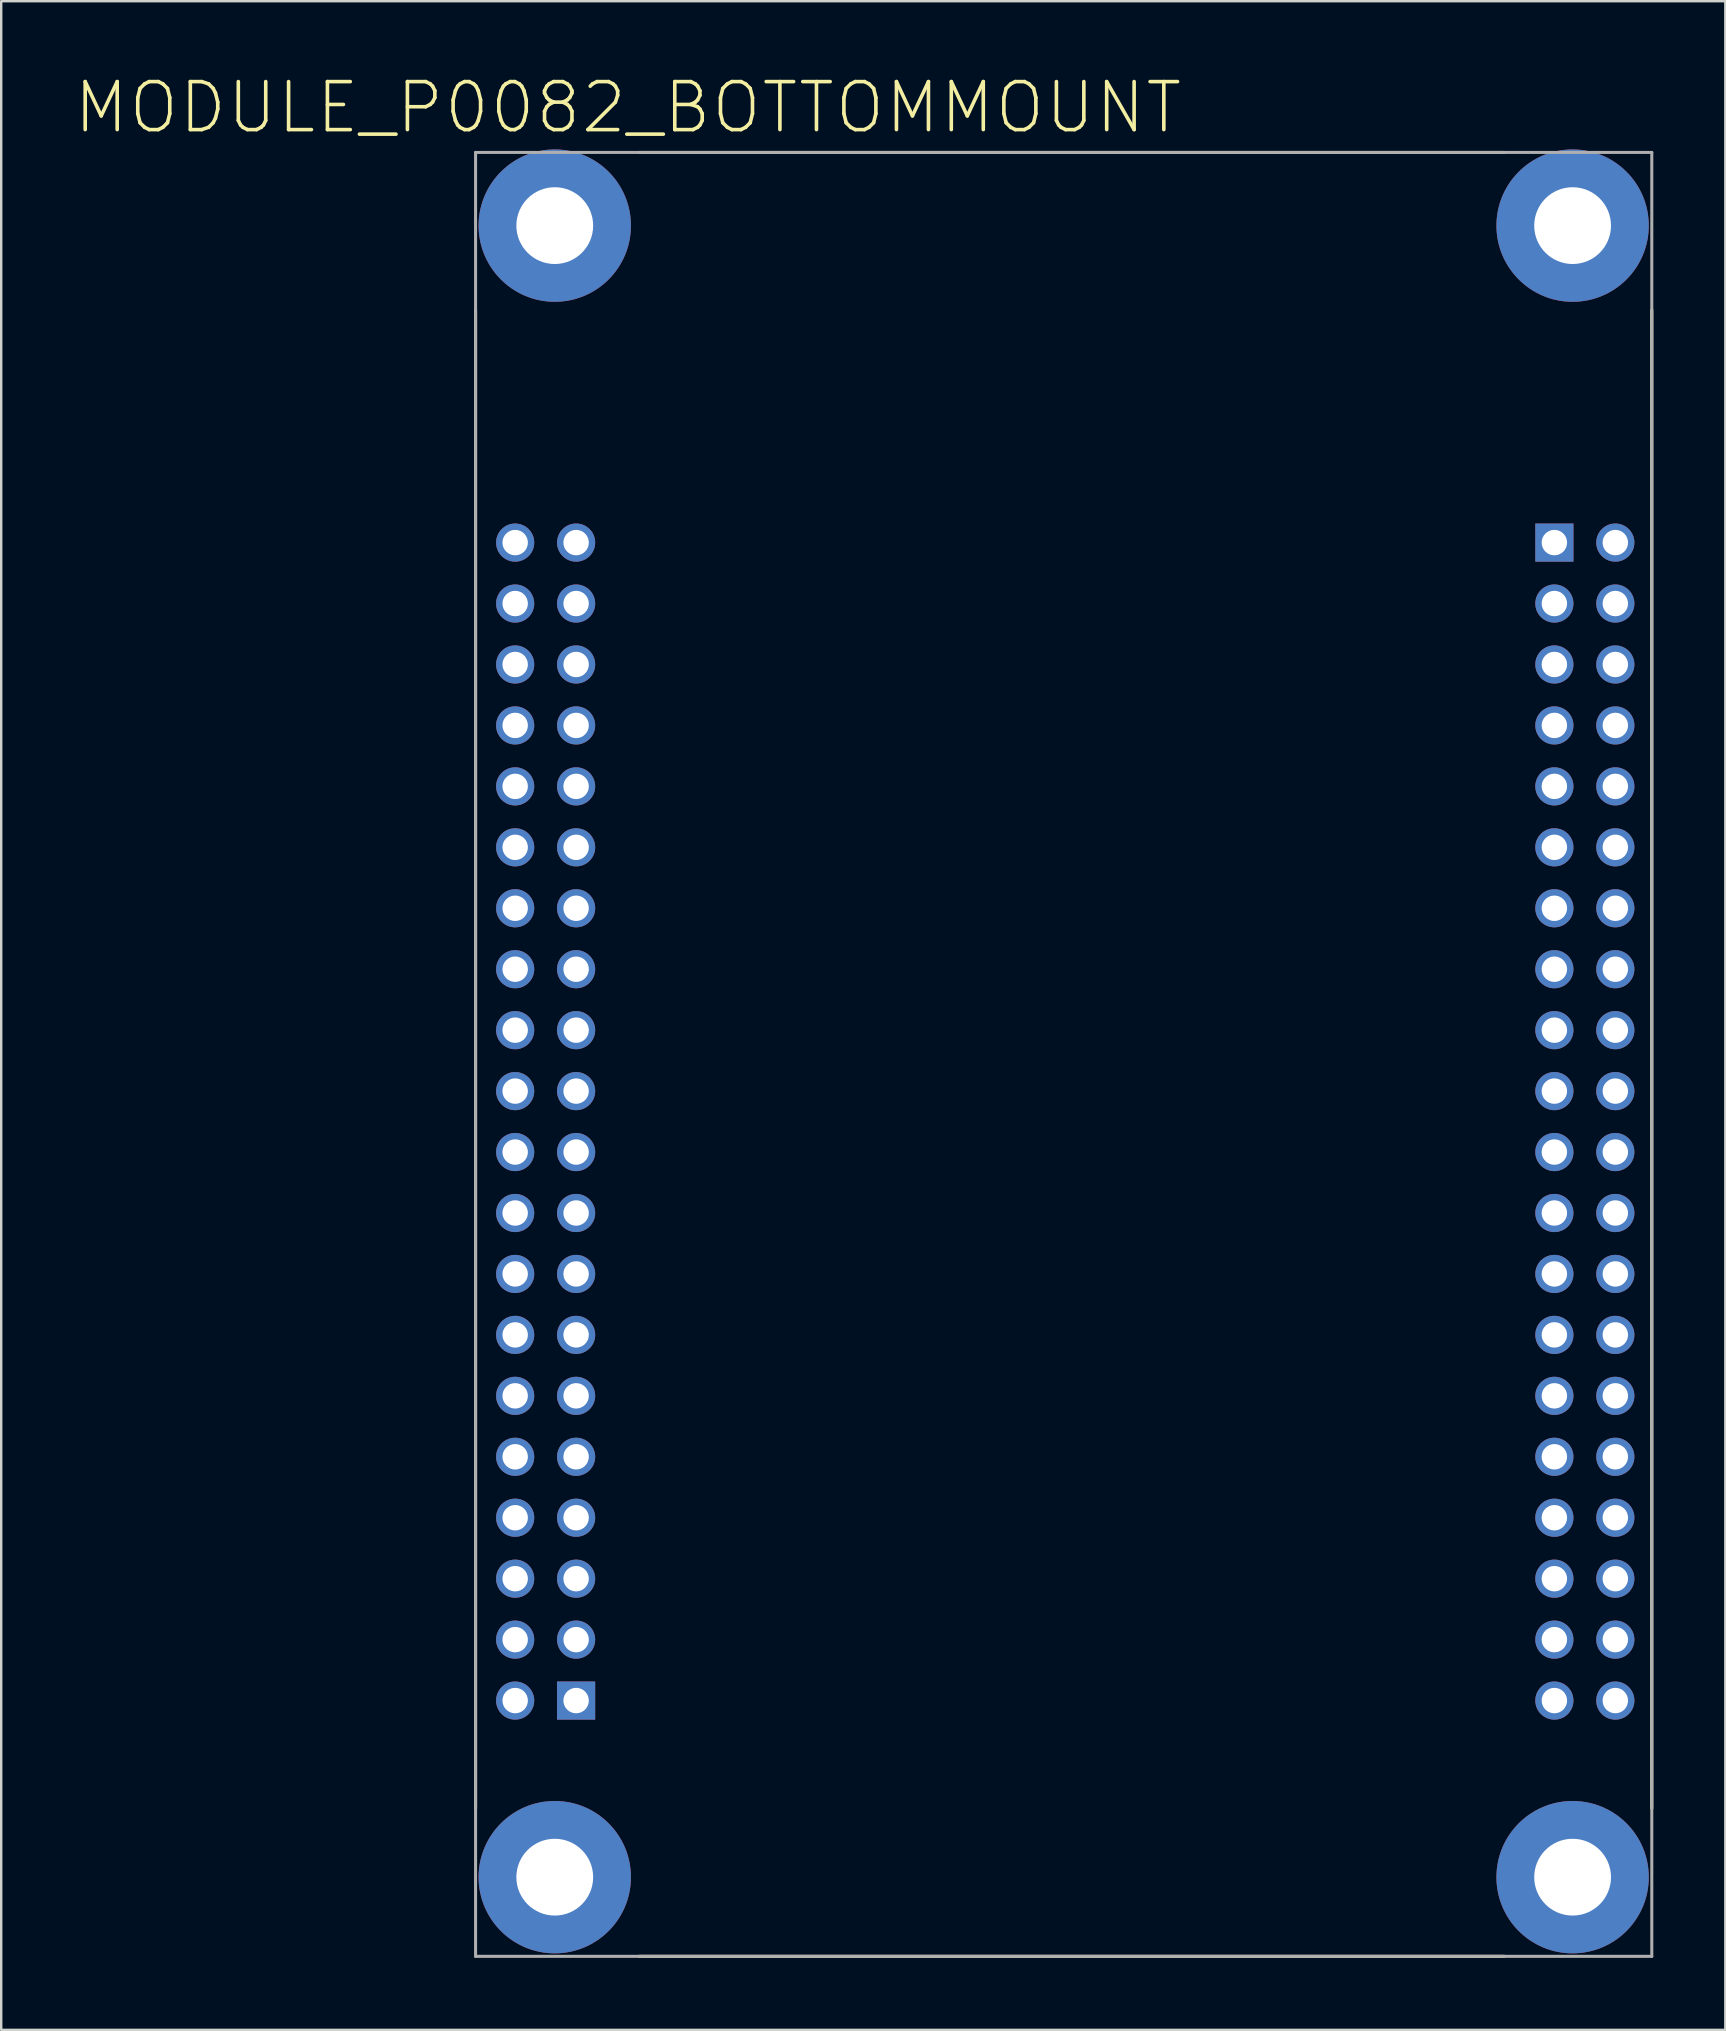
<source format=kicad_pcb>
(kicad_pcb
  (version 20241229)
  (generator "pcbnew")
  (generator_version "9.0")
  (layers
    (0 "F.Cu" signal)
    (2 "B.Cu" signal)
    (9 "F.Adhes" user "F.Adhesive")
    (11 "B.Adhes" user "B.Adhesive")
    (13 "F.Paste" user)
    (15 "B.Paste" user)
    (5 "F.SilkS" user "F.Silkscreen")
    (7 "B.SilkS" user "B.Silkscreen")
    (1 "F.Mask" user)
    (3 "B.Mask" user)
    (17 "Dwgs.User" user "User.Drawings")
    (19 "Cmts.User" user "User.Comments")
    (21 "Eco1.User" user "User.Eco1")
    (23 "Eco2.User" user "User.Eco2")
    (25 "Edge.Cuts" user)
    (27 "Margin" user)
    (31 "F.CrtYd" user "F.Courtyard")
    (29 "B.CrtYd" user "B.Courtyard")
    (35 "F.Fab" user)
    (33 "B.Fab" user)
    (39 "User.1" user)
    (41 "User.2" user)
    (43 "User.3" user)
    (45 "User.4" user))
  (footprint "MODULE_P0082_BOTTOMMOUNT"
    (layer "F.Cu")
    (at 41.28 40.893)
    (property "Reference" "MODULE_P0082_BOTTOMMOUNT" (at -18.16 -39.46 0) (layer "F.SilkS") (effects (font (size 2 2) (thickness 0.15))))
    (attr through_hole)
    (fp_line (start -24.51 -31.02) (end -24.51 31.43) (stroke (width 0.127) (type solid)) (layer "F.SilkS"))
    (fp_line (start -17.69 -37.59) (end 18.36 -37.59) (stroke (width 0.127) (type solid)) (layer "F.SilkS"))
    (fp_line (start -17.69 37.59) (end 18.36 37.59) (stroke (width 0.127) (type solid)) (layer "F.SilkS"))
    (fp_line (start 24.51 -31.02) (end 24.51 31.43) (stroke (width 0.127) (type solid)) (layer "F.SilkS"))
    (fp_line (start -24.51 -37.59) (end 24.51 -37.59) (stroke (width 0.127) (type solid)) (layer "F.Fab"))
    (fp_line (start -24.51 37.59) (end -24.51 -37.59) (stroke (width 0.127) (type solid)) (layer "F.Fab"))
    (fp_line (start 24.51 -37.59) (end 24.51 37.59) (stroke (width 0.127) (type solid)) (layer "F.Fab"))
    (fp_line (start 24.51 37.59) (end -24.51 37.59) (stroke (width 0.127) (type solid)) (layer "F.Fab"))
    (pad "JP1_1" thru_hole rect (at 20.45 -21.33) (size 1.59 1.59) (drill 1.06) (layers "*.Cu" "*.Mask"))
    (pad "JP1_2" thru_hole circle (at 22.99 -21.33) (size 1.59 1.59) (drill 1.06) (layers "*.Cu" "*.Mask"))
    (pad "JP1_3" thru_hole circle (at 20.45 -18.79) (size 1.59 1.59) (drill 1.06) (layers "*.Cu" "*.Mask"))
    (pad "JP1_4" thru_hole circle (at 22.99 -18.79) (size 1.59 1.59) (drill 1.06) (layers "*.Cu" "*.Mask"))
    (pad "JP1_5" thru_hole circle (at 20.45 -16.25) (size 1.59 1.59) (drill 1.06) (layers "*.Cu" "*.Mask"))
    (pad "JP1_6" thru_hole circle (at 22.99 -16.25) (size 1.59 1.59) (drill 1.06) (layers "*.Cu" "*.Mask"))
    (pad "JP1_7" thru_hole circle (at 20.45 -13.71) (size 1.59 1.59) (drill 1.06) (layers "*.Cu" "*.Mask"))
    (pad "JP1_8" thru_hole circle (at 22.99 -13.71) (size 1.59 1.59) (drill 1.06) (layers "*.Cu" "*.Mask"))
    (pad "JP1_9" thru_hole circle (at 20.45 -11.17) (size 1.59 1.59) (drill 1.06) (layers "*.Cu" "*.Mask"))
    (pad "JP1_10" thru_hole circle (at 22.99 -11.17) (size 1.59 1.59) (drill 1.06) (layers "*.Cu" "*.Mask"))
    (pad "JP1_11" thru_hole circle (at 20.45 -8.63) (size 1.59 1.59) (drill 1.06) (layers "*.Cu" "*.Mask"))
    (pad "JP1_12" thru_hole circle (at 22.99 -8.63) (size 1.59 1.59) (drill 1.06) (layers "*.Cu" "*.Mask"))
    (pad "JP1_13" thru_hole circle (at 20.45 -6.09) (size 1.59 1.59) (drill 1.06) (layers "*.Cu" "*.Mask"))
    (pad "JP1_14" thru_hole circle (at 22.99 -6.09) (size 1.59 1.59) (drill 1.06) (layers "*.Cu" "*.Mask"))
    (pad "JP1_15" thru_hole circle (at 20.45 -3.55) (size 1.59 1.59) (drill 1.06) (layers "*.Cu" "*.Mask"))
    (pad "JP1_16" thru_hole circle (at 22.99 -3.55) (size 1.59 1.59) (drill 1.06) (layers "*.Cu" "*.Mask"))
    (pad "JP1_17" thru_hole circle (at 20.45 -1.01) (size 1.59 1.59) (drill 1.06) (layers "*.Cu" "*.Mask"))
    (pad "JP1_18" thru_hole circle (at 22.99 -1.01) (size 1.59 1.59) (drill 1.06) (layers "*.Cu" "*.Mask"))
    (pad "JP1_19" thru_hole circle (at 20.45 1.53) (size 1.59 1.59) (drill 1.06) (layers "*.Cu" "*.Mask"))
    (pad "JP1_20" thru_hole circle (at 22.99 1.53) (size 1.59 1.59) (drill 1.06) (layers "*.Cu" "*.Mask"))
    (pad "JP1_21" thru_hole circle (at 20.45 4.07) (size 1.59 1.59) (drill 1.06) (layers "*.Cu" "*.Mask"))
    (pad "JP1_22" thru_hole circle (at 22.99 4.07) (size 1.59 1.59) (drill 1.06) (layers "*.Cu" "*.Mask"))
    (pad "JP1_23" thru_hole circle (at 20.45 6.61) (size 1.59 1.59) (drill 1.06) (layers "*.Cu" "*.Mask"))
    (pad "JP1_24" thru_hole circle (at 22.99 6.61) (size 1.59 1.59) (drill 1.06) (layers "*.Cu" "*.Mask"))
    (pad "JP1_25" thru_hole circle (at 20.45 9.15) (size 1.59 1.59) (drill 1.06) (layers "*.Cu" "*.Mask"))
    (pad "JP1_26" thru_hole circle (at 22.99 9.15) (size 1.59 1.59) (drill 1.06) (layers "*.Cu" "*.Mask"))
    (pad "JP1_27" thru_hole circle (at 20.45 11.69) (size 1.59 1.59) (drill 1.06) (layers "*.Cu" "*.Mask"))
    (pad "JP1_28" thru_hole circle (at 22.99 11.69) (size 1.59 1.59) (drill 1.06) (layers "*.Cu" "*.Mask"))
    (pad "JP1_29" thru_hole circle (at 20.45 14.23) (size 1.59 1.59) (drill 1.06) (layers "*.Cu" "*.Mask"))
    (pad "JP1_30" thru_hole circle (at 22.99 14.23) (size 1.59 1.59) (drill 1.06) (layers "*.Cu" "*.Mask"))
    (pad "JP1_31" thru_hole circle (at 20.45 16.77) (size 1.59 1.59) (drill 1.06) (layers "*.Cu" "*.Mask"))
    (pad "JP1_32" thru_hole circle (at 22.99 16.77) (size 1.59 1.59) (drill 1.06) (layers "*.Cu" "*.Mask"))
    (pad "JP1_33" thru_hole circle (at 20.45 19.31) (size 1.59 1.59) (drill 1.06) (layers "*.Cu" "*.Mask"))
    (pad "JP1_34" thru_hole circle (at 22.99 19.31) (size 1.59 1.59) (drill 1.06) (layers "*.Cu" "*.Mask"))
    (pad "JP1_35" thru_hole circle (at 20.45 21.85) (size 1.59 1.59) (drill 1.06) (layers "*.Cu" "*.Mask"))
    (pad "JP1_36" thru_hole circle (at 22.99 21.85) (size 1.59 1.59) (drill 1.06) (layers "*.Cu" "*.Mask"))
    (pad "JP1_37" thru_hole circle (at 20.45 24.39) (size 1.59 1.59) (drill 1.06) (layers "*.Cu" "*.Mask"))
    (pad "JP1_38" thru_hole circle (at 22.99 24.39) (size 1.59 1.59) (drill 1.06) (layers "*.Cu" "*.Mask"))
    (pad "JP1_39" thru_hole circle (at 20.45 26.93) (size 1.59 1.59) (drill 1.06) (layers "*.Cu" "*.Mask"))
    (pad "JP1_40" thru_hole circle (at 22.99 26.93) (size 1.59 1.59) (drill 1.06) (layers "*.Cu" "*.Mask"))
    (pad "JP2_1" thru_hole rect (at -20.32 26.93) (size 1.59 1.59) (drill 1.06) (layers "*.Cu" "*.Mask"))
    (pad "JP2_2" thru_hole circle (at -22.86 26.93) (size 1.59 1.59) (drill 1.06) (layers "*.Cu" "*.Mask"))
    (pad "JP2_3" thru_hole circle (at -20.32 24.39) (size 1.59 1.59) (drill 1.06) (layers "*.Cu" "*.Mask"))
    (pad "JP2_4" thru_hole circle (at -22.86 24.39) (size 1.59 1.59) (drill 1.06) (layers "*.Cu" "*.Mask"))
    (pad "JP2_5" thru_hole circle (at -20.32 21.85) (size 1.59 1.59) (drill 1.06) (layers "*.Cu" "*.Mask"))
    (pad "JP2_6" thru_hole circle (at -22.86 21.85) (size 1.59 1.59) (drill 1.06) (layers "*.Cu" "*.Mask"))
    (pad "JP2_7" thru_hole circle (at -20.32 19.31) (size 1.59 1.59) (drill 1.06) (layers "*.Cu" "*.Mask"))
    (pad "JP2_8" thru_hole circle (at -22.86 19.31) (size 1.59 1.59) (drill 1.06) (layers "*.Cu" "*.Mask"))
    (pad "JP2_9" thru_hole circle (at -20.32 16.77) (size 1.59 1.59) (drill 1.06) (layers "*.Cu" "*.Mask"))
    (pad "JP2_10" thru_hole circle (at -22.86 16.77) (size 1.59 1.59) (drill 1.06) (layers "*.Cu" "*.Mask"))
    (pad "JP2_11" thru_hole circle (at -20.32 14.23) (size 1.59 1.59) (drill 1.06) (layers "*.Cu" "*.Mask"))
    (pad "JP2_12" thru_hole circle (at -22.86 14.23) (size 1.59 1.59) (drill 1.06) (layers "*.Cu" "*.Mask"))
    (pad "JP2_13" thru_hole circle (at -20.32 11.69) (size 1.59 1.59) (drill 1.06) (layers "*.Cu" "*.Mask"))
    (pad "JP2_14" thru_hole circle (at -22.86 11.69) (size 1.59 1.59) (drill 1.06) (layers "*.Cu" "*.Mask"))
    (pad "JP2_15" thru_hole circle (at -20.32 9.15) (size 1.59 1.59) (drill 1.06) (layers "*.Cu" "*.Mask"))
    (pad "JP2_16" thru_hole circle (at -22.86 9.15) (size 1.59 1.59) (drill 1.06) (layers "*.Cu" "*.Mask"))
    (pad "JP2_17" thru_hole circle (at -20.32 6.61) (size 1.59 1.59) (drill 1.06) (layers "*.Cu" "*.Mask"))
    (pad "JP2_18" thru_hole circle (at -22.86 6.61) (size 1.59 1.59) (drill 1.06) (layers "*.Cu" "*.Mask"))
    (pad "JP2_19" thru_hole circle (at -20.32 4.07) (size 1.59 1.59) (drill 1.06) (layers "*.Cu" "*.Mask"))
    (pad "JP2_20" thru_hole circle (at -22.86 4.07) (size 1.59 1.59) (drill 1.06) (layers "*.Cu" "*.Mask"))
    (pad "JP2_21" thru_hole circle (at -20.32 1.53) (size 1.59 1.59) (drill 1.06) (layers "*.Cu" "*.Mask"))
    (pad "JP2_22" thru_hole circle (at -22.86 1.53) (size 1.59 1.59) (drill 1.06) (layers "*.Cu" "*.Mask"))
    (pad "JP2_23" thru_hole circle (at -20.32 -1.01) (size 1.59 1.59) (drill 1.06) (layers "*.Cu" "*.Mask"))
    (pad "JP2_24" thru_hole circle (at -22.86 -1.01) (size 1.59 1.59) (drill 1.06) (layers "*.Cu" "*.Mask"))
    (pad "JP2_25" thru_hole circle (at -20.32 -3.55) (size 1.59 1.59) (drill 1.06) (layers "*.Cu" "*.Mask"))
    (pad "JP2_26" thru_hole circle (at -22.86 -3.55) (size 1.59 1.59) (drill 1.06) (layers "*.Cu" "*.Mask"))
    (pad "JP2_27" thru_hole circle (at -20.32 -6.09) (size 1.59 1.59) (drill 1.06) (layers "*.Cu" "*.Mask"))
    (pad "JP2_28" thru_hole circle (at -22.86 -6.09) (size 1.59 1.59) (drill 1.06) (layers "*.Cu" "*.Mask"))
    (pad "JP2_29" thru_hole circle (at -20.32 -8.63) (size 1.59 1.59) (drill 1.06) (layers "*.Cu" "*.Mask"))
    (pad "JP2_30" thru_hole circle (at -22.86 -8.63) (size 1.59 1.59) (drill 1.06) (layers "*.Cu" "*.Mask"))
    (pad "JP2_31" thru_hole circle (at -20.32 -11.17) (size 1.59 1.59) (drill 1.06) (layers "*.Cu" "*.Mask"))
    (pad "JP2_32" thru_hole circle (at -22.86 -11.17) (size 1.59 1.59) (drill 1.06) (layers "*.Cu" "*.Mask"))
    (pad "JP2_33" thru_hole circle (at -20.32 -13.71) (size 1.59 1.59) (drill 1.06) (layers "*.Cu" "*.Mask"))
    (pad "JP2_34" thru_hole circle (at -22.86 -13.71) (size 1.59 1.59) (drill 1.06) (layers "*.Cu" "*.Mask"))
    (pad "JP2_35" thru_hole circle (at -20.32 -16.25) (size 1.59 1.59) (drill 1.06) (layers "*.Cu" "*.Mask"))
    (pad "JP2_36" thru_hole circle (at -22.86 -16.25) (size 1.59 1.59) (drill 1.06) (layers "*.Cu" "*.Mask"))
    (pad "JP2_37" thru_hole circle (at -20.32 -18.79) (size 1.59 1.59) (drill 1.06) (layers "*.Cu" "*.Mask"))
    (pad "JP2_38" thru_hole circle (at -22.86 -18.79) (size 1.59 1.59) (drill 1.06) (layers "*.Cu" "*.Mask"))
    (pad "JP2_39" thru_hole circle (at -20.32 -21.33) (size 1.59 1.59) (drill 1.06) (layers "*.Cu" "*.Mask"))
    (pad "JP2_40" thru_hole circle (at -22.86 -21.33) (size 1.59 1.59) (drill 1.06) (layers "*.Cu" "*.Mask"))
    (pad "S1" thru_hole circle (at -21.21 -34.54) (size 6.35 6.35) (drill 3.2) (layers "*.Cu" "*.Mask"))
    (pad "S2" thru_hole circle (at 21.21 -34.54) (size 6.35 6.35) (drill 3.2) (layers "*.Cu" "*.Mask"))
    (pad "S3" thru_hole circle (at -21.21 34.29) (size 6.35 6.35) (drill 3.2) (layers "*.Cu" "*.Mask"))
    (pad "S4" thru_hole circle (at 21.21 34.29) (size 6.35 6.35) (drill 3.2) (layers "*.Cu" "*.Mask")))
  (gr_rect
    (start -3 -3)
    (end 68.854 81.547)
    (stroke (width 0.1) (type default))
    (fill no)
    (layer "Edge.Cuts")))
</source>
